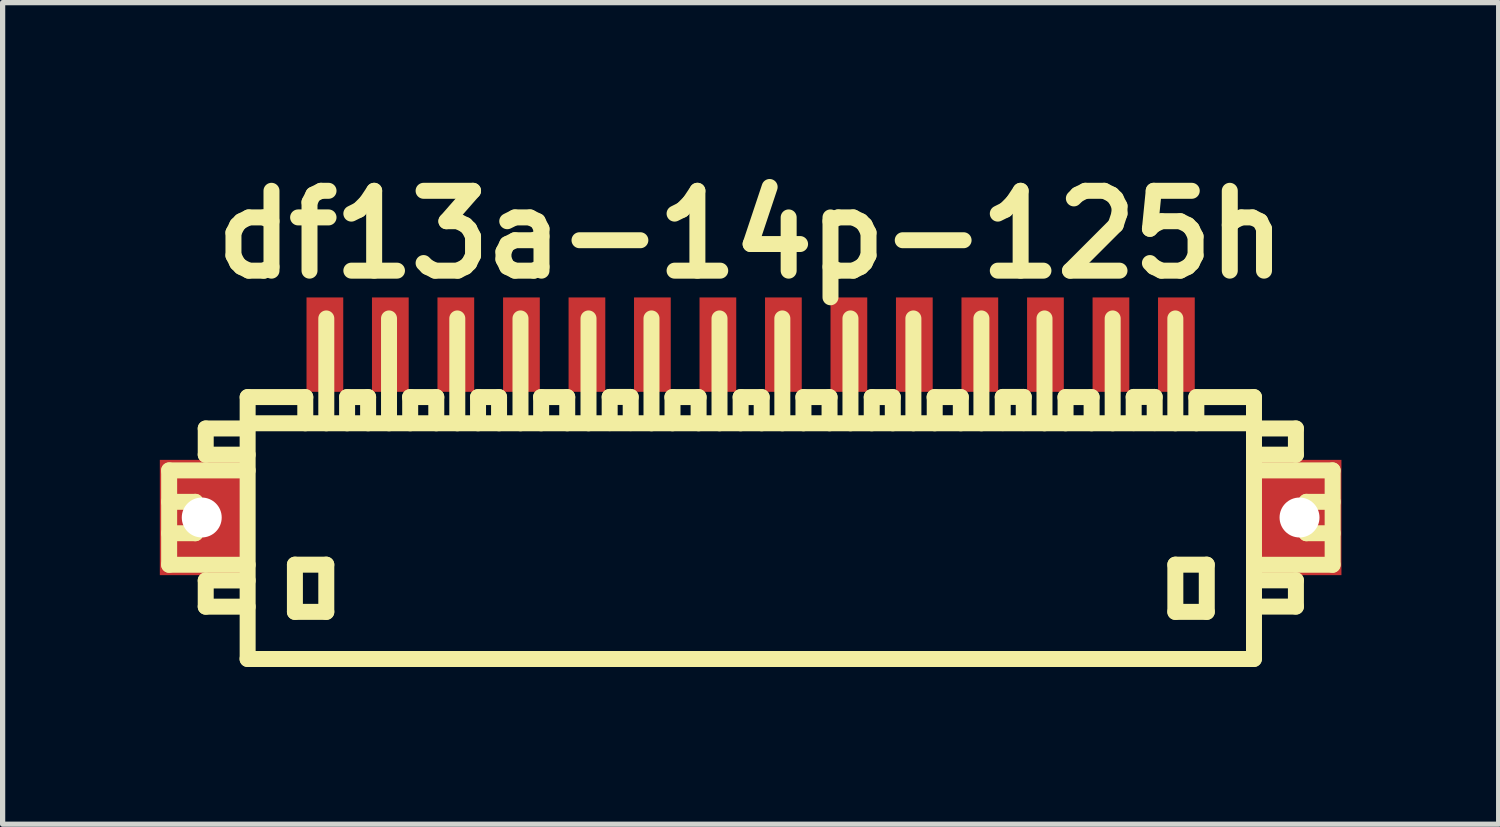
<source format=kicad_pcb>
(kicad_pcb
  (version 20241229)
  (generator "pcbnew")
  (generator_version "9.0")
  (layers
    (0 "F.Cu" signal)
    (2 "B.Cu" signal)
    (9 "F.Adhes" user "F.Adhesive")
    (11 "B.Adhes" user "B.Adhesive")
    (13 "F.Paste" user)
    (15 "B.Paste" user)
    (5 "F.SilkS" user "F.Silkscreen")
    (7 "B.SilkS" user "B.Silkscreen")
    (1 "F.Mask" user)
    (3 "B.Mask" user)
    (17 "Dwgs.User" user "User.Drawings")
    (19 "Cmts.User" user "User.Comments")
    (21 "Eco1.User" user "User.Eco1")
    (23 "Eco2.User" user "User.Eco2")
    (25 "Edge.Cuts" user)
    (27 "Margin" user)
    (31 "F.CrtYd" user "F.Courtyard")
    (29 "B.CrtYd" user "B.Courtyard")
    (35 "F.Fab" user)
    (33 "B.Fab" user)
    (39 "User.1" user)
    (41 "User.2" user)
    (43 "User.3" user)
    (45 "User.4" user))
  (footprint "df13a-14p-125h"
    (layer "F.Cu")
    (at 11.275 7.027)
    (property "Reference" "df13a-14p-125h" (at 0 -5.601 0) (layer "F.SilkS") (effects (font (size 1.524 1.524) (thickness 0.305))))
    (attr through_hole)
    (fp_line (start -11.097 -1.1) (end -11.097 0.701) (stroke (width 0.305) (type solid)) (layer "F.SilkS"))
    (fp_line (start -11.097 0.701) (end -9.599 0.701) (stroke (width 0.305) (type solid)) (layer "F.SilkS"))
    (fp_line (start -10.597 -0.5) (end -11.097 -0.5) (stroke (width 0.305) (type solid)) (layer "F.SilkS"))
    (fp_line (start -10.597 0.099) (end -11.097 0.099) (stroke (width 0.305) (type solid)) (layer "F.SilkS"))
    (fp_line (start -10.597 0.099) (end -10.597 -0.5) (stroke (width 0.305) (type solid)) (layer "F.SilkS"))
    (fp_line (start -10.399 -1.9) (end -10.399 -1.4) (stroke (width 0.305) (type solid)) (layer "F.SilkS"))
    (fp_line (start -10.399 -1.9) (end -9.599 -1.9) (stroke (width 0.305) (type solid)) (layer "F.SilkS"))
    (fp_line (start -10.399 1.001) (end -10.399 1.501) (stroke (width 0.305) (type solid)) (layer "F.SilkS"))
    (fp_line (start -10.399 1.501) (end -9.599 1.501) (stroke (width 0.305) (type solid)) (layer "F.SilkS"))
    (fp_line (start -9.601 2.499) (end 9.601 2.499) (stroke (width 0.305) (type solid)) (layer "F.SilkS"))
    (fp_line (start -9.599 -1.4) (end -10.399 -1.4) (stroke (width 0.305) (type solid)) (layer "F.SilkS"))
    (fp_line (start -9.599 -1.1) (end -11.097 -1.1) (stroke (width 0.305) (type solid)) (layer "F.SilkS"))
    (fp_line (start -9.599 1.001) (end -10.399 1.001) (stroke (width 0.305) (type solid)) (layer "F.SilkS"))
    (fp_line (start -9.599 2.499) (end -9.599 -2.499) (stroke (width 0.305) (type solid)) (layer "F.SilkS"))
    (fp_line (start -8.697 0.699) (end -8.697 1.6) (stroke (width 0.305) (type solid)) (layer "F.SilkS"))
    (fp_line (start -8.697 1.6) (end -8.098 1.6) (stroke (width 0.305) (type solid)) (layer "F.SilkS"))
    (fp_line (start -8.499 -2.499) (end -9.599 -2.499) (stroke (width 0.305) (type solid)) (layer "F.SilkS"))
    (fp_line (start -8.499 -2.499) (end -8.499 -1.999) (stroke (width 0.305) (type solid)) (layer "F.SilkS"))
    (fp_line (start -8.098 -4) (end -8.098 -1.999) (stroke (width 0.305) (type solid)) (layer "F.SilkS"))
    (fp_line (start -8.098 0.699) (end -8.697 0.699) (stroke (width 0.305) (type solid)) (layer "F.SilkS"))
    (fp_line (start -8.098 1.6) (end -8.098 0.699) (stroke (width 0.305) (type solid)) (layer "F.SilkS"))
    (fp_line (start -7.701 -2.499) (end -7.701 -1.999) (stroke (width 0.305) (type solid)) (layer "F.SilkS"))
    (fp_line (start -7.3 -2.499) (end -7.701 -2.499) (stroke (width 0.305) (type solid)) (layer "F.SilkS"))
    (fp_line (start -7.3 -2.499) (end -7.3 -1.999) (stroke (width 0.305) (type solid)) (layer "F.SilkS"))
    (fp_line (start -6.901 -1.999) (end -6.901 -4) (stroke (width 0.305) (type solid)) (layer "F.SilkS"))
    (fp_line (start -6.5 -2.499) (end -5.999 -2.499) (stroke (width 0.305) (type solid)) (layer "F.SilkS"))
    (fp_line (start -6.497 -1.999) (end -6.497 -2.499) (stroke (width 0.305) (type solid)) (layer "F.SilkS"))
    (fp_line (start -5.999 -2.499) (end -5.999 -1.999) (stroke (width 0.305) (type solid)) (layer "F.SilkS"))
    (fp_line (start -5.598 -1.999) (end -5.598 -4) (stroke (width 0.305) (type solid)) (layer "F.SilkS"))
    (fp_line (start -5.202 -2.499) (end -5.202 -1.999) (stroke (width 0.305) (type solid)) (layer "F.SilkS"))
    (fp_line (start -4.801 -2.499) (end -5.202 -2.499) (stroke (width 0.305) (type solid)) (layer "F.SilkS"))
    (fp_line (start -4.801 -2.499) (end -4.801 -1.999) (stroke (width 0.305) (type solid)) (layer "F.SilkS"))
    (fp_line (start -4.392 -1.999) (end -4.392 -4) (stroke (width 0.305) (type solid)) (layer "F.SilkS"))
    (fp_line (start -4 -2.499) (end -3.5 -2.499) (stroke (width 0.305) (type solid)) (layer "F.SilkS"))
    (fp_line (start -3.998 -1.999) (end -3.998 -2.499) (stroke (width 0.305) (type solid)) (layer "F.SilkS"))
    (fp_line (start -3.5 -2.499) (end -3.5 -1.999) (stroke (width 0.305) (type solid)) (layer "F.SilkS"))
    (fp_line (start -3.094 -1.999) (end -3.094 -4) (stroke (width 0.305) (type solid)) (layer "F.SilkS"))
    (fp_line (start -2.69 -2.502) (end -2.69 -2.002) (stroke (width 0.305) (type solid)) (layer "F.SilkS"))
    (fp_line (start -2.289 -2.502) (end -2.69 -2.502) (stroke (width 0.305) (type solid)) (layer "F.SilkS"))
    (fp_line (start -2.289 -2.502) (end -2.289 -2.002) (stroke (width 0.305) (type solid)) (layer "F.SilkS"))
    (fp_line (start -1.892 -1.999) (end -1.892 -4) (stroke (width 0.305) (type solid)) (layer "F.SilkS"))
    (fp_line (start -1.494 -2.499) (end -0.993 -2.499) (stroke (width 0.305) (type solid)) (layer "F.SilkS"))
    (fp_line (start -1.491 -1.999) (end -1.491 -2.499) (stroke (width 0.305) (type solid)) (layer "F.SilkS"))
    (fp_line (start -0.993 -2.499) (end -0.993 -1.999) (stroke (width 0.305) (type solid)) (layer "F.SilkS"))
    (fp_line (start -0.594 -1.999) (end -0.594 -4) (stroke (width 0.305) (type solid)) (layer "F.SilkS"))
    (fp_line (start -0.191 -2.499) (end -0.191 -1.999) (stroke (width 0.305) (type solid)) (layer "F.SilkS"))
    (fp_line (start 0.211 -2.499) (end -0.191 -2.499) (stroke (width 0.305) (type solid)) (layer "F.SilkS"))
    (fp_line (start 0.211 -2.499) (end 0.211 -1.999) (stroke (width 0.305) (type solid)) (layer "F.SilkS"))
    (fp_line (start 0.605 -1.999) (end 0.605 -4) (stroke (width 0.305) (type solid)) (layer "F.SilkS"))
    (fp_line (start 1.006 -2.499) (end 1.506 -2.499) (stroke (width 0.305) (type solid)) (layer "F.SilkS"))
    (fp_line (start 1.008 -1.999) (end 1.008 -2.499) (stroke (width 0.305) (type solid)) (layer "F.SilkS"))
    (fp_line (start 1.506 -2.499) (end 1.506 -1.999) (stroke (width 0.305) (type solid)) (layer "F.SilkS"))
    (fp_line (start 1.905 -1.999) (end 1.905 -4) (stroke (width 0.305) (type solid)) (layer "F.SilkS"))
    (fp_line (start 2.311 -2.499) (end 2.311 -1.999) (stroke (width 0.305) (type solid)) (layer "F.SilkS"))
    (fp_line (start 2.713 -2.499) (end 2.311 -2.499) (stroke (width 0.305) (type solid)) (layer "F.SilkS"))
    (fp_line (start 2.713 -2.499) (end 2.713 -1.999) (stroke (width 0.305) (type solid)) (layer "F.SilkS"))
    (fp_line (start 3.106 -1.999) (end 3.106 -4) (stroke (width 0.305) (type solid)) (layer "F.SilkS"))
    (fp_line (start 3.51 -2.499) (end 4.011 -2.499) (stroke (width 0.305) (type solid)) (layer "F.SilkS"))
    (fp_line (start 3.513 -1.999) (end 3.513 -2.499) (stroke (width 0.305) (type solid)) (layer "F.SilkS"))
    (fp_line (start 4.011 -2.499) (end 4.011 -1.999) (stroke (width 0.305) (type solid)) (layer "F.SilkS"))
    (fp_line (start 4.404 -1.999) (end 4.404 -4) (stroke (width 0.305) (type solid)) (layer "F.SilkS"))
    (fp_line (start 4.811 -2.502) (end 4.811 -2.002) (stroke (width 0.305) (type solid)) (layer "F.SilkS"))
    (fp_line (start 5.212 -2.502) (end 4.811 -2.502) (stroke (width 0.305) (type solid)) (layer "F.SilkS"))
    (fp_line (start 5.212 -2.502) (end 5.212 -2.002) (stroke (width 0.305) (type solid)) (layer "F.SilkS"))
    (fp_line (start 5.608 -1.999) (end 5.608 -4) (stroke (width 0.305) (type solid)) (layer "F.SilkS"))
    (fp_line (start 6.007 -2.499) (end 6.507 -2.499) (stroke (width 0.305) (type solid)) (layer "F.SilkS"))
    (fp_line (start 6.01 -1.999) (end 6.01 -2.499) (stroke (width 0.305) (type solid)) (layer "F.SilkS"))
    (fp_line (start 6.507 -2.499) (end 6.507 -1.999) (stroke (width 0.305) (type solid)) (layer "F.SilkS"))
    (fp_line (start 6.909 -1.999) (end 6.909 -4) (stroke (width 0.305) (type solid)) (layer "F.SilkS"))
    (fp_line (start 7.31 -2.502) (end 7.31 -2.002) (stroke (width 0.305) (type solid)) (layer "F.SilkS"))
    (fp_line (start 7.711 -2.502) (end 7.31 -2.502) (stroke (width 0.305) (type solid)) (layer "F.SilkS"))
    (fp_line (start 7.711 -2.502) (end 7.711 -2.002) (stroke (width 0.305) (type solid)) (layer "F.SilkS"))
    (fp_line (start 8.105 -1.999) (end 8.105 -4) (stroke (width 0.305) (type solid)) (layer "F.SilkS"))
    (fp_line (start 8.105 0.699) (end 8.705 0.699) (stroke (width 0.305) (type solid)) (layer "F.SilkS"))
    (fp_line (start 8.105 1.6) (end 8.105 0.699) (stroke (width 0.305) (type solid)) (layer "F.SilkS"))
    (fp_line (start 8.506 -2.499) (end 8.506 -1.999) (stroke (width 0.305) (type solid)) (layer "F.SilkS"))
    (fp_line (start 8.705 0.699) (end 8.705 1.6) (stroke (width 0.305) (type solid)) (layer "F.SilkS"))
    (fp_line (start 8.705 1.6) (end 8.105 1.6) (stroke (width 0.305) (type solid)) (layer "F.SilkS"))
    (fp_line (start 9.601 -1.999) (end -9.601 -1.999) (stroke (width 0.305) (type solid)) (layer "F.SilkS"))
    (fp_line (start 9.606 -2.499) (end 8.506 -2.499) (stroke (width 0.305) (type solid)) (layer "F.SilkS"))
    (fp_line (start 9.606 -2.499) (end 9.606 2.499) (stroke (width 0.305) (type solid)) (layer "F.SilkS"))
    (fp_line (start 9.606 -1.9) (end 10.406 -1.9) (stroke (width 0.305) (type solid)) (layer "F.SilkS"))
    (fp_line (start 9.606 0.998) (end 10.406 0.998) (stroke (width 0.305) (type solid)) (layer "F.SilkS"))
    (fp_line (start 10.406 -1.9) (end 10.406 -1.4) (stroke (width 0.305) (type solid)) (layer "F.SilkS"))
    (fp_line (start 10.406 -1.4) (end 9.606 -1.4) (stroke (width 0.305) (type solid)) (layer "F.SilkS"))
    (fp_line (start 10.406 0.998) (end 10.406 1.499) (stroke (width 0.305) (type solid)) (layer "F.SilkS"))
    (fp_line (start 10.406 1.499) (end 9.606 1.499) (stroke (width 0.305) (type solid)) (layer "F.SilkS"))
    (fp_line (start 10.607 0.099) (end 10.607 -0.5) (stroke (width 0.305) (type solid)) (layer "F.SilkS"))
    (fp_line (start 11.105 -1.1) (end 9.606 -1.1) (stroke (width 0.305) (type solid)) (layer "F.SilkS"))
    (fp_line (start 11.105 0.701) (end 9.705 0.701) (stroke (width 0.305) (type solid)) (layer "F.SilkS"))
    (fp_line (start 11.107 -1.1) (end 11.107 0.701) (stroke (width 0.305) (type solid)) (layer "F.SilkS"))
    (fp_line (start 11.107 -0.5) (end 10.607 -0.5) (stroke (width 0.305) (type solid)) (layer "F.SilkS"))
    (fp_line (start 11.107 0.099) (end 10.607 0.099) (stroke (width 0.305) (type solid)) (layer "F.SilkS"))
    (pad "" np_thru_hole rect (at -10.475 -0.201) (size 1.6 2.2) (drill 0.762) (layers "F.Cu" "F.Mask" "F.Paste"))
    (pad "" np_thru_hole rect (at 10.475 -0.201) (size 1.6 2.2) (drill 0.762) (layers "F.Cu" "F.Mask" "F.Paste"))
    (pad "1" smd rect (at 8.125 -3.5) (size 0.701 1.801) (layers "F.Cu" "F.Mask" "F.Paste"))
    (pad "2" smd rect (at 6.876 -3.5) (size 0.701 1.801) (layers "F.Cu" "F.Mask" "F.Paste"))
    (pad "3" smd rect (at 5.626 -3.5) (size 0.701 1.801) (layers "F.Cu" "F.Mask" "F.Paste"))
    (pad "4" smd rect (at 4.374 -3.5) (size 0.701 1.801) (layers "F.Cu" "F.Mask" "F.Paste"))
    (pad "5" smd rect (at 3.124 -3.5) (size 0.701 1.801) (layers "F.Cu" "F.Mask" "F.Paste"))
    (pad "6" smd rect (at 1.875 -3.5) (size 0.701 1.801) (layers "F.Cu" "F.Mask" "F.Paste"))
    (pad "7" smd rect (at 0.625 -3.5) (size 0.701 1.801) (layers "F.Cu" "F.Mask" "F.Paste"))
    (pad "8" smd rect (at -0.625 -3.5) (size 0.701 1.801) (layers "F.Cu" "F.Mask" "F.Paste"))
    (pad "9" smd rect (at -1.875 -3.5) (size 0.701 1.801) (layers "F.Cu" "F.Mask" "F.Paste"))
    (pad "10" smd rect (at -3.124 -3.5) (size 0.701 1.801) (layers "F.Cu" "F.Mask" "F.Paste"))
    (pad "11" smd rect (at -4.374 -3.5) (size 0.701 1.801) (layers "F.Cu" "F.Mask" "F.Paste"))
    (pad "12" smd rect (at -5.626 -3.5) (size 0.701 1.801) (layers "F.Cu" "F.Mask" "F.Paste"))
    (pad "13" smd rect (at -6.876 -3.5) (size 0.701 1.801) (layers "F.Cu" "F.Mask" "F.Paste"))
    (pad "14" smd rect (at -8.125 -3.5) (size 0.701 1.801) (layers "F.Cu" "F.Mask" "F.Paste")))
  (gr_rect
    (start -3 -3)
    (end 25.55 12.679)
    (stroke (width 0.1) (type default))
    (fill no)
    (layer "Edge.Cuts")))
</source>
